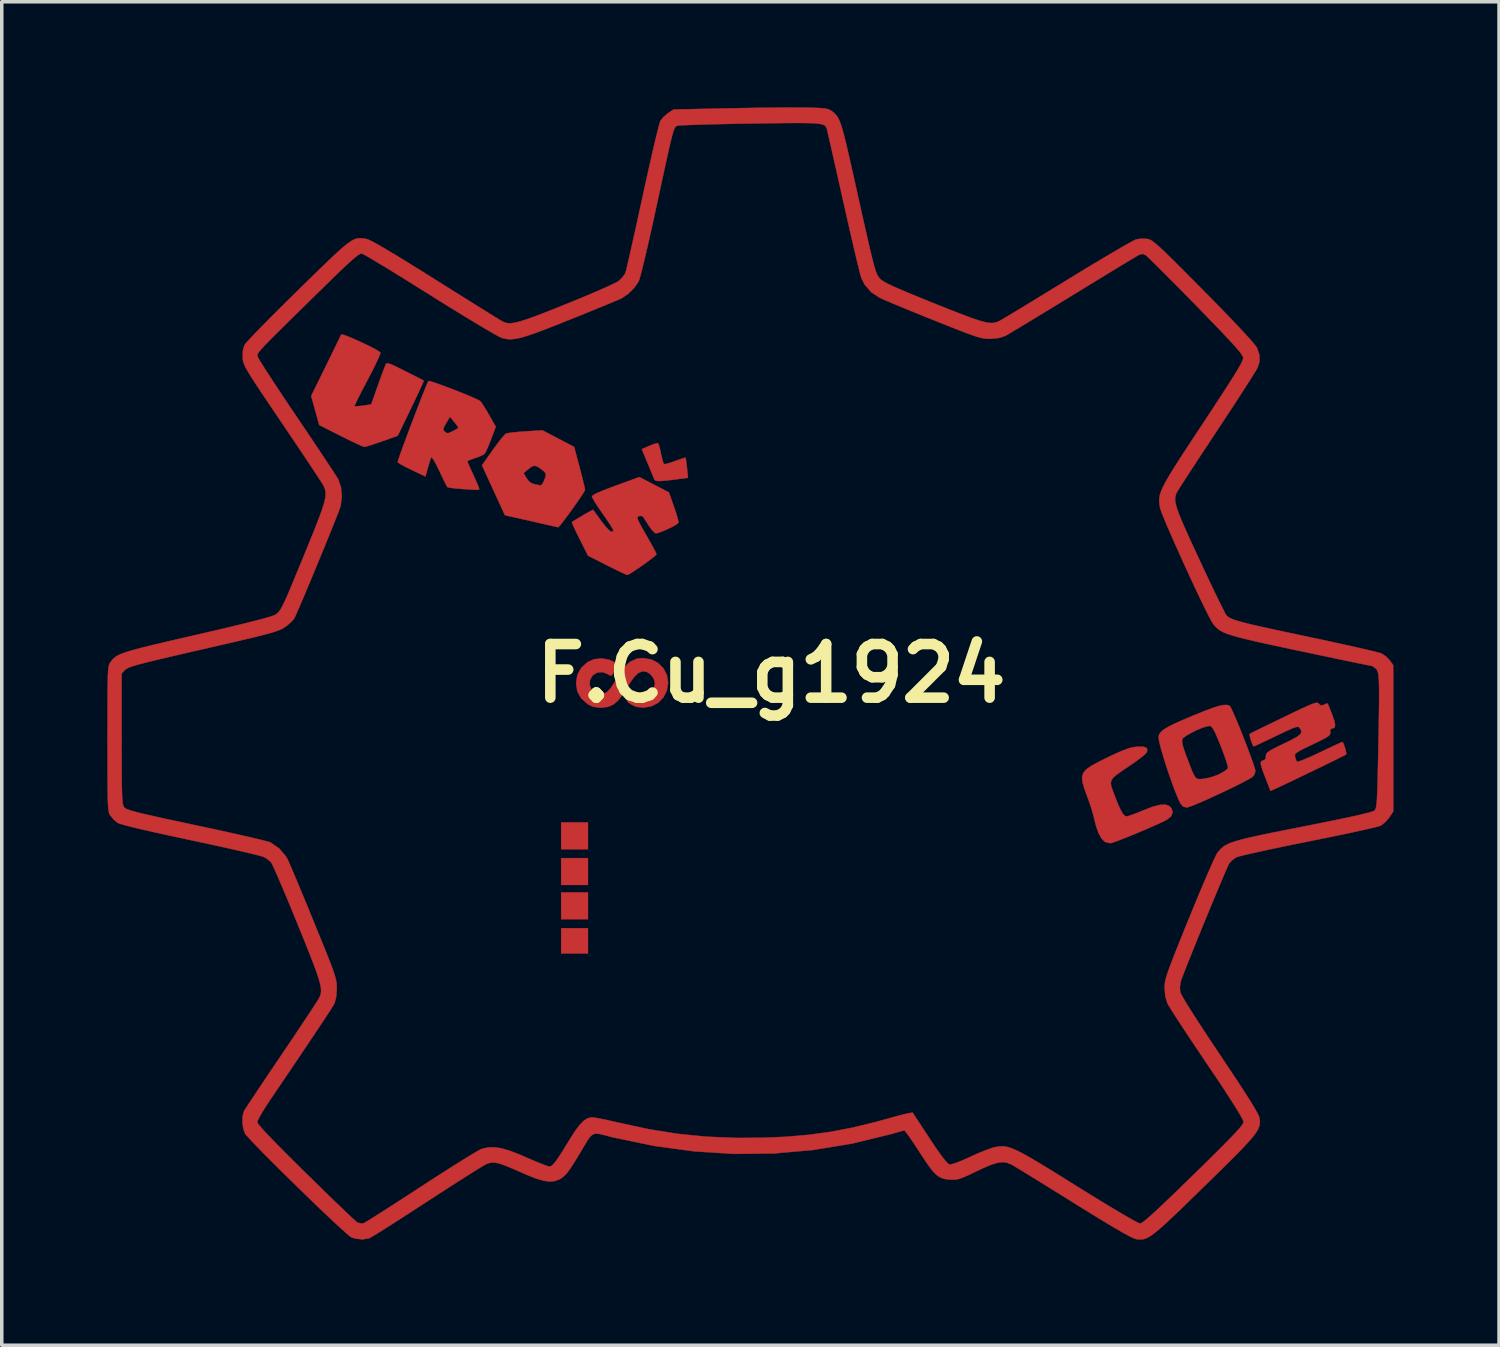
<source format=kicad_pcb>
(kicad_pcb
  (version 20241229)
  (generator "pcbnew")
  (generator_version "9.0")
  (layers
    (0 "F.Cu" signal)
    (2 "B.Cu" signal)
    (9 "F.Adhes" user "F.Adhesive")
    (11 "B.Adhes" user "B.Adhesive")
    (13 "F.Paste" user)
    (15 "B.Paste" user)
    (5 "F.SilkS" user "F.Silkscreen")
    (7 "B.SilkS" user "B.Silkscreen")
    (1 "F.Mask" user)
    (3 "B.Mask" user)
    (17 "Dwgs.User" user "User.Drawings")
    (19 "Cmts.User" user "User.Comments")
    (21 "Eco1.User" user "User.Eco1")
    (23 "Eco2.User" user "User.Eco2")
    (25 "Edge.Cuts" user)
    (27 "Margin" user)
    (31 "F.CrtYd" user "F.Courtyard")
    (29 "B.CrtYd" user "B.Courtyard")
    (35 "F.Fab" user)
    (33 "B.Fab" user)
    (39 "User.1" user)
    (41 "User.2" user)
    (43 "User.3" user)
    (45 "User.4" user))
  (footprint "F.Cu_g1924"
    (layer "F.Cu")
    (at 18.864 16.084)
    (property "Reference" "F.Cu_g1924" (at 0 0 0) (layer "F.SilkS") (effects (font (size 1.524 1.524) (thickness 0.3))))
    (attr through_hole)
    (fp_poly (pts (xy -5.207 4.995) (xy -5.969 4.995) (xy -5.969 4.233) (xy -5.207 4.233) (xy -5.207 4.995)) (stroke (width 0.01) (type solid)) (fill yes) (layer "F.Cu"))
    (fp_poly (pts (xy -5.207 6.011) (xy -5.969 6.011) (xy -5.969 5.249) (xy -5.207 5.249) (xy -5.207 6.011)) (stroke (width 0.01) (type solid)) (fill yes) (layer "F.Cu"))
    (fp_poly (pts (xy -5.207 6.985) (xy -5.969 6.985) (xy -5.969 6.223) (xy -5.207 6.223) (xy -5.207 6.985)) (stroke (width 0.01) (type solid)) (fill yes) (layer "F.Cu"))
    (fp_poly (pts (xy -5.207 7.959) (xy -5.969 7.959) (xy -5.969 7.239) (xy -5.207 7.239) (xy -5.207 7.959)) (stroke (width 0.01) (type solid)) (fill yes) (layer "F.Cu"))
    (fp_poly (pts (xy -3.218 -6.541) (xy -3.194 -6.492) (xy -3.163 -6.383) (xy -3.133 -6.244) (xy -3.101 -6.101) (xy -3.071 -5.994) (xy -3.048 -5.948) (xy -2.994 -5.951) (xy -2.885 -5.981) (xy -2.743 -6.029) (xy -2.73 -6.034) (xy -2.589 -6.085) (xy -2.484 -6.119) (xy -2.435 -6.13) (xy -2.434 -6.129) (xy -2.425 -6.084) (xy -2.41 -5.978) (xy -2.394 -5.837) (xy -2.365 -5.557) (xy -2.741 -5.509) (xy -2.968 -5.481) (xy -3.126 -5.467) (xy -3.228 -5.466) (xy -3.288 -5.48) (xy -3.32 -5.51) (xy -3.332 -5.535) (xy -3.36 -5.605) (xy -3.412 -5.732) (xy -3.479 -5.894) (xy -3.519 -5.99) (xy -3.678 -6.371) (xy -3.464 -6.466) (xy -3.341 -6.515) (xy -3.249 -6.541) (xy -3.218 -6.541)) (stroke (width 0.01) (type solid)) (fill yes) (layer "F.Cu"))
    (fp_poly (pts (xy -6.049 -6.67) (xy -5.6 -6.435) (xy -5.445 -5.853) (xy -5.389 -5.639) (xy -5.343 -5.453) (xy -5.309 -5.31) (xy -5.292 -5.227) (xy -5.291 -5.215) (xy -5.314 -5.166) (xy -5.378 -5.066) (xy -5.47 -4.929) (xy -5.581 -4.77) (xy -5.7 -4.604) (xy -5.816 -4.445) (xy -5.92 -4.308) (xy -6.001 -4.206) (xy -6.048 -4.156) (xy -6.054 -4.153) (xy -6.101 -4.163) (xy -6.213 -4.188) (xy -6.37 -4.224) (xy -6.498 -4.253) (xy -6.724 -4.305) (xy -6.963 -4.359) (xy -7.176 -4.407) (xy -7.244 -4.422) (xy -7.566 -4.493) (xy -8.117 -5.691) (xy -7.037 -5.691) (xy -6.948 -5.544) (xy -6.889 -5.461) (xy -6.819 -5.407) (xy -6.714 -5.371) (xy -6.549 -5.34) (xy -6.512 -5.371) (xy -6.465 -5.455) (xy -6.454 -5.481) (xy -6.409 -5.599) (xy -6.404 -5.671) (xy -6.447 -5.731) (xy -6.517 -5.789) (xy -6.638 -5.874) (xy -6.727 -5.902) (xy -6.811 -5.873) (xy -6.895 -5.81) (xy -7.037 -5.691) (xy -8.117 -5.691) (xy -8.219 -5.913) (xy -7.914 -6.344) (xy -7.792 -6.513) (xy -7.681 -6.657) (xy -7.594 -6.761) (xy -7.542 -6.811) (xy -7.541 -6.812) (xy -7.472 -6.829) (xy -7.34 -6.847) (xy -7.162 -6.864) (xy -6.985 -6.877) (xy -6.498 -6.906) (xy -6.049 -6.67)) (stroke (width 0.01) (type solid)) (fill yes) (layer "F.Cu"))
    (fp_poly (pts (xy 10.662 2.112) (xy 10.69 2.177) (xy 10.664 2.252) (xy 10.614 2.305) (xy 10.508 2.391) (xy 10.362 2.5) (xy 10.192 2.618) (xy 10.19 2.619) (xy 9.972 2.766) (xy 9.816 2.877) (xy 9.714 2.965) (xy 9.661 3.045) (xy 9.648 3.131) (xy 9.67 3.235) (xy 9.719 3.372) (xy 9.759 3.476) (xy 9.854 3.716) (xy 9.93 3.885) (xy 9.993 3.992) (xy 10.049 4.049) (xy 10.1 4.064) (xy 10.164 4.048) (xy 10.286 4.005) (xy 10.446 3.943) (xy 10.562 3.895) (xy 10.834 3.79) (xy 11.046 3.735) (xy 11.203 3.729) (xy 11.315 3.771) (xy 11.369 3.828) (xy 11.407 3.949) (xy 11.363 4.06) (xy 11.239 4.159) (xy 11.223 4.168) (xy 11.088 4.233) (xy 10.908 4.315) (xy 10.698 4.407) (xy 10.474 4.503) (xy 10.249 4.596) (xy 10.039 4.681) (xy 9.858 4.752) (xy 9.722 4.801) (xy 9.645 4.824) (xy 9.637 4.825) (xy 9.525 4.803) (xy 9.472 4.78) (xy 9.384 4.69) (xy 9.299 4.534) (xy 9.227 4.33) (xy 9.188 4.17) (xy 9.149 4.012) (xy 9.089 3.812) (xy 9.018 3.603) (xy 8.99 3.529) (xy 8.9 3.285) (xy 8.846 3.096) (xy 8.832 2.949) (xy 8.866 2.83) (xy 8.953 2.725) (xy 9.101 2.622) (xy 9.314 2.507) (xy 9.517 2.406) (xy 9.776 2.283) (xy 9.976 2.195) (xy 10.134 2.136) (xy 10.263 2.101) (xy 10.381 2.084) (xy 10.387 2.084) (xy 10.562 2.082) (xy 10.662 2.112)) (stroke (width 0.01) (type solid)) (fill yes) (layer "F.Cu"))
    (fp_poly (pts (xy -12.18 -9.628) (xy -12.081 -9.595) (xy -11.939 -9.538) (xy -11.771 -9.465) (xy -11.593 -9.383) (xy -11.421 -9.3) (xy -11.272 -9.223) (xy -11.162 -9.16) (xy -11.107 -9.118) (xy -11.105 -9.114) (xy -11.117 -9.062) (xy -11.165 -8.949) (xy -11.241 -8.786) (xy -11.341 -8.585) (xy -11.458 -8.36) (xy -11.47 -8.336) (xy -11.589 -8.112) (xy -11.691 -7.913) (xy -11.771 -7.753) (xy -11.823 -7.643) (xy -11.841 -7.594) (xy -11.841 -7.593) (xy -11.793 -7.589) (xy -11.688 -7.598) (xy -11.596 -7.609) (xy -11.368 -7.642) (xy -11.187 -8.15) (xy -11.115 -8.352) (xy -11.049 -8.532) (xy -10.997 -8.671) (xy -10.966 -8.751) (xy -10.965 -8.753) (xy -10.946 -8.79) (xy -10.921 -8.81) (xy -10.875 -8.807) (xy -10.797 -8.78) (xy -10.674 -8.723) (xy -10.493 -8.634) (xy -10.404 -8.589) (xy -10.214 -8.494) (xy -10.054 -8.413) (xy -9.937 -8.353) (xy -9.877 -8.322) (xy -9.873 -8.319) (xy -9.886 -8.279) (xy -9.932 -8.175) (xy -10.004 -8.018) (xy -10.098 -7.819) (xy -10.208 -7.59) (xy -10.236 -7.53) (xy -10.613 -6.752) (xy -11.06 -6.593) (xy -11.245 -6.53) (xy -11.403 -6.478) (xy -11.517 -6.446) (xy -11.564 -6.437) (xy -11.619 -6.456) (xy -11.736 -6.507) (xy -11.9 -6.584) (xy -12.096 -6.68) (xy -12.232 -6.748) (xy -12.843 -7.057) (xy -12.958 -7.47) (xy -13.072 -7.883) (xy -12.653 -8.736) (xy -12.532 -8.984) (xy -12.422 -9.208) (xy -12.332 -9.395) (xy -12.265 -9.535) (xy -12.227 -9.616) (xy -12.221 -9.63) (xy -12.18 -9.628)) (stroke (width 0.01) (type solid)) (fill yes) (layer "F.Cu"))
    (fp_poly (pts (xy -3.407 -0.396) (xy -3.21 -0.292) (xy -3.059 -0.138) (xy -2.963 0.052) (xy -2.929 0.264) (xy -2.964 0.485) (xy -3.06 0.679) (xy -3.212 0.834) (xy -3.407 0.934) (xy -3.622 0.974) (xy -3.834 0.949) (xy -3.969 0.889) (xy -4.063 0.826) (xy -4.098 0.772) (xy -4.077 0.698) (xy -4.021 0.601) (xy -3.962 0.513) (xy -3.918 0.488) (xy -3.861 0.515) (xy -3.842 0.527) (xy -3.705 0.581) (xy -3.56 0.572) (xy -3.429 0.512) (xy -3.335 0.411) (xy -3.302 0.287) (xy -3.339 0.146) (xy -3.436 0.021) (xy -3.541 -0.045) (xy -3.661 -0.061) (xy -3.779 -0.011) (xy -3.902 0.108) (xy -4.038 0.304) (xy -4.076 0.369) (xy -4.226 0.609) (xy -4.36 0.779) (xy -4.494 0.889) (xy -4.64 0.95) (xy -4.812 0.973) (xy -4.859 0.974) (xy -5.061 0.948) (xy -5.21 0.877) (xy -5.399 0.709) (xy -5.51 0.509) (xy -5.546 0.275) (xy -5.509 0.039) (xy -5.397 -0.161) (xy -5.21 -0.327) (xy -5.03 -0.403) (xy -4.819 -0.425) (xy -4.612 -0.39) (xy -4.497 -0.339) (xy -4.359 -0.254) (xy -4.447 -0.082) (xy -4.503 0.022) (xy -4.544 0.062) (xy -4.593 0.052) (xy -4.637 0.024) (xy -4.792 -0.036) (xy -4.946 -0.024) (xy -5.073 0.056) (xy -5.151 0.19) (xy -5.16 0.332) (xy -5.108 0.46) (xy -5.004 0.554) (xy -4.857 0.593) (xy -4.849 0.593) (xy -4.752 0.577) (xy -4.661 0.525) (xy -4.567 0.424) (xy -4.458 0.265) (xy -4.342 0.066) (xy -4.181 -0.174) (xy -4.008 -0.333) (xy -3.815 -0.418) (xy -3.645 -0.436) (xy -3.407 -0.396)) (stroke (width 0.01) (type solid)) (fill yes) (layer "F.Cu"))
    (fp_poly (pts (xy -3.327 -5.361) (xy -2.908 -5.144) (xy -2.766 -4.741) (xy -2.707 -4.566) (xy -2.662 -4.417) (xy -2.637 -4.315) (xy -2.635 -4.283) (xy -2.676 -4.243) (xy -2.773 -4.185) (xy -2.904 -4.119) (xy -3.045 -4.055) (xy -3.173 -4.006) (xy -3.266 -3.981) (xy -3.281 -3.979) (xy -3.331 -4.012) (xy -3.407 -4.098) (xy -3.478 -4.198) (xy -3.557 -4.32) (xy -3.619 -4.415) (xy -3.646 -4.456) (xy -3.702 -4.477) (xy -3.759 -4.469) (xy -3.791 -4.453) (xy -3.802 -4.424) (xy -3.789 -4.369) (xy -3.746 -4.277) (xy -3.669 -4.135) (xy -3.554 -3.933) (xy -3.553 -3.931) (xy -3.446 -3.744) (xy -3.357 -3.582) (xy -3.293 -3.46) (xy -3.262 -3.392) (xy -3.26 -3.385) (xy -3.292 -3.348) (xy -3.379 -3.277) (xy -3.503 -3.183) (xy -3.647 -3.079) (xy -3.794 -2.977) (xy -3.928 -2.887) (xy -4.032 -2.823) (xy -4.089 -2.796) (xy -4.091 -2.796) (xy -4.14 -2.815) (xy -4.25 -2.866) (xy -4.406 -2.941) (xy -4.594 -3.035) (xy -4.667 -3.072) (xy -5.206 -3.345) (xy -5.442 -3.815) (xy -5.531 -3.994) (xy -5.602 -4.144) (xy -5.649 -4.249) (xy -5.665 -4.296) (xy -5.665 -4.296) (xy -5.612 -4.333) (xy -5.514 -4.393) (xy -5.391 -4.467) (xy -5.264 -4.541) (xy -5.153 -4.603) (xy -5.079 -4.642) (xy -5.06 -4.648) (xy -5.033 -4.611) (xy -4.967 -4.52) (xy -4.876 -4.394) (xy -4.829 -4.329) (xy -4.703 -4.167) (xy -4.601 -4.062) (xy -4.528 -4.018) (xy -4.491 -4.039) (xy -4.487 -4.067) (xy -4.511 -4.117) (xy -4.574 -4.221) (xy -4.668 -4.363) (xy -4.783 -4.529) (xy -4.789 -4.538) (xy -4.906 -4.706) (xy -5.003 -4.854) (xy -5.069 -4.966) (xy -5.096 -5.025) (xy -5.096 -5.025) (xy -5.066 -5.063) (xy -4.968 -5.117) (xy -4.798 -5.191) (xy -4.553 -5.286) (xy -4.424 -5.333) (xy -3.747 -5.579) (xy -3.327 -5.361)) (stroke (width 0.01) (type solid)) (fill yes) (layer "F.Cu"))
    (fp_poly (pts (xy 13.017 0.917) (xy 13.03 0.925) (xy 13.061 0.973) (xy 13.115 1.088) (xy 13.188 1.254) (xy 13.273 1.458) (xy 13.365 1.685) (xy 13.459 1.923) (xy 13.548 2.156) (xy 13.628 2.372) (xy 13.694 2.556) (xy 13.738 2.694) (xy 13.757 2.772) (xy 13.758 2.777) (xy 13.728 2.875) (xy 13.684 2.933) (xy 13.613 2.981) (xy 13.479 3.054) (xy 13.299 3.147) (xy 13.085 3.253) (xy 12.851 3.365) (xy 12.611 3.477) (xy 12.379 3.583) (xy 12.168 3.675) (xy 11.993 3.748) (xy 11.867 3.795) (xy 11.807 3.81) (xy 11.702 3.785) (xy 11.628 3.697) (xy 11.623 3.688) (xy 11.553 3.536) (xy 11.47 3.332) (xy 11.382 3.094) (xy 11.291 2.836) (xy 11.205 2.575) (xy 11.129 2.327) (xy 11.066 2.108) (xy 11.024 1.935) (xy 11.021 1.913) (xy 11.672 1.913) (xy 11.679 1.993) (xy 11.712 2.114) (xy 11.773 2.292) (xy 11.814 2.399) (xy 11.902 2.632) (xy 11.968 2.798) (xy 12.021 2.908) (xy 12.068 2.971) (xy 12.119 3) (xy 12.182 3.005) (xy 12.268 2.997) (xy 12.296 2.994) (xy 12.468 2.959) (xy 12.654 2.897) (xy 12.739 2.859) (xy 12.861 2.79) (xy 12.95 2.726) (xy 12.979 2.693) (xy 12.972 2.635) (xy 12.937 2.515) (xy 12.881 2.348) (xy 12.807 2.15) (xy 12.776 2.07) (xy 12.681 1.836) (xy 12.608 1.672) (xy 12.551 1.567) (xy 12.505 1.509) (xy 12.466 1.491) (xy 12.377 1.503) (xy 12.241 1.548) (xy 12.082 1.615) (xy 11.924 1.693) (xy 11.789 1.771) (xy 11.702 1.838) (xy 11.686 1.859) (xy 11.672 1.913) (xy 11.021 1.913) (xy 11.007 1.822) (xy 11.007 1.816) (xy 11.019 1.744) (xy 11.06 1.675) (xy 11.14 1.604) (xy 11.265 1.526) (xy 11.446 1.434) (xy 11.689 1.325) (xy 12.003 1.192) (xy 12.009 1.19) (xy 12.309 1.069) (xy 12.542 0.981) (xy 12.719 0.925) (xy 12.851 0.898) (xy 12.946 0.896) (xy 13.017 0.917)) (stroke (width 0.01) (type solid)) (fill yes) (layer "F.Cu"))
    (fp_poly (pts (xy -9.695 -8.302) (xy -9.587 -8.269) (xy -9.431 -8.215) (xy -9.242 -8.146) (xy -9.036 -8.067) (xy -8.827 -7.985) (xy -8.631 -7.906) (xy -8.463 -7.834) (xy -8.337 -7.777) (xy -8.27 -7.74) (xy -8.269 -7.739) (xy -8.227 -7.686) (xy -8.156 -7.578) (xy -8.069 -7.434) (xy -8.023 -7.354) (xy -7.827 -7.008) (xy -7.963 -6.647) (xy -8.029 -6.482) (xy -8.089 -6.344) (xy -8.133 -6.256) (xy -8.146 -6.239) (xy -8.21 -6.199) (xy -8.325 -6.15) (xy -8.414 -6.119) (xy -8.536 -6.077) (xy -8.616 -6.043) (xy -8.636 -6.03) (xy -8.619 -5.987) (xy -8.575 -5.884) (xy -8.51 -5.741) (xy -8.467 -5.646) (xy -8.393 -5.484) (xy -8.336 -5.351) (xy -8.303 -5.264) (xy -8.297 -5.243) (xy -8.302 -5.227) (xy -8.325 -5.218) (xy -8.379 -5.215) (xy -8.479 -5.219) (xy -8.636 -5.229) (xy -8.855 -5.246) (xy -9.012 -5.26) (xy -9.134 -5.276) (xy -9.198 -5.291) (xy -9.202 -5.293) (xy -9.228 -5.338) (xy -9.282 -5.444) (xy -9.355 -5.594) (xy -9.433 -5.759) (xy -9.526 -5.947) (xy -9.599 -6.076) (xy -9.648 -6.139) (xy -9.666 -6.138) (xy -9.69 -6.064) (xy -9.728 -5.94) (xy -9.758 -5.835) (xy -9.825 -5.595) (xy -10.214 -5.78) (xy -10.378 -5.86) (xy -10.511 -5.931) (xy -10.594 -5.982) (xy -10.615 -6.001) (xy -10.603 -6.047) (xy -10.566 -6.161) (xy -10.506 -6.328) (xy -10.43 -6.538) (xy -10.341 -6.778) (xy -10.283 -6.933) (xy -9.319 -6.933) (xy -9.301 -6.892) (xy -9.277 -6.871) (xy -9.227 -6.834) (xy -9.19 -6.823) (xy -9.134 -6.842) (xy -9.04 -6.887) (xy -8.945 -6.938) (xy -8.894 -6.976) (xy -8.891 -6.982) (xy -8.917 -7.027) (xy -8.979 -7.11) (xy -9.011 -7.149) (xy -9.129 -7.292) (xy -9.238 -7.108) (xy -9.3 -6.997) (xy -9.319 -6.933) (xy -10.283 -6.933) (xy -10.244 -7.036) (xy -10.144 -7.299) (xy -10.046 -7.555) (xy -9.954 -7.793) (xy -9.872 -7.999) (xy -9.806 -8.162) (xy -9.76 -8.27) (xy -9.74 -8.308) (xy -9.695 -8.302)) (stroke (width 0.01) (type solid)) (fill yes) (layer "F.Cu"))
    (fp_poly (pts (xy 15.539 0.843) (xy 15.56 0.863) (xy 15.616 0.913) (xy 15.688 0.898) (xy 15.706 0.889) (xy 15.779 0.857) (xy 15.808 0.854) (xy 15.828 0.897) (xy 15.87 0.999) (xy 15.925 1.138) (xy 15.934 1.16) (xy 16 1.349) (xy 16.024 1.474) (xy 16.003 1.543) (xy 15.94 1.566) (xy 15.935 1.566) (xy 15.885 1.591) (xy 15.884 1.667) (xy 15.886 1.711) (xy 15.866 1.751) (xy 15.812 1.796) (xy 15.714 1.854) (xy 15.559 1.932) (xy 15.382 2.017) (xy 15.173 2.117) (xy 15.03 2.19) (xy 14.941 2.244) (xy 14.894 2.287) (xy 14.879 2.327) (xy 14.884 2.371) (xy 14.913 2.464) (xy 14.939 2.509) (xy 14.986 2.502) (xy 15.095 2.464) (xy 15.253 2.398) (xy 15.447 2.312) (xy 15.59 2.244) (xy 15.799 2.144) (xy 15.981 2.059) (xy 16.122 1.994) (xy 16.209 1.955) (xy 16.231 1.947) (xy 16.255 1.983) (xy 16.288 2.07) (xy 16.319 2.173) (xy 16.338 2.262) (xy 16.337 2.303) (xy 16.295 2.326) (xy 16.189 2.379) (xy 16.032 2.457) (xy 15.835 2.553) (xy 15.612 2.662) (xy 15.375 2.776) (xy 15.137 2.891) (xy 14.909 3.001) (xy 14.705 3.098) (xy 14.536 3.178) (xy 14.491 3.199) (xy 14.187 3.34) (xy 14.03 2.936) (xy 13.959 2.747) (xy 13.919 2.622) (xy 13.907 2.545) (xy 13.92 2.504) (xy 13.932 2.494) (xy 14.002 2.46) (xy 14.023 2.456) (xy 14.047 2.419) (xy 14.055 2.347) (xy 14.062 2.299) (xy 14.092 2.255) (xy 14.156 2.205) (xy 14.267 2.142) (xy 14.436 2.058) (xy 14.561 1.998) (xy 14.782 1.89) (xy 14.934 1.806) (xy 15.025 1.738) (xy 15.062 1.678) (xy 15.056 1.618) (xy 15.017 1.551) (xy 14.991 1.526) (xy 14.954 1.518) (xy 14.892 1.53) (xy 14.795 1.566) (xy 14.65 1.631) (xy 14.445 1.728) (xy 14.346 1.776) (xy 14.137 1.876) (xy 13.955 1.962) (xy 13.815 2.028) (xy 13.729 2.067) (xy 13.708 2.074) (xy 13.683 2.039) (xy 13.648 1.953) (xy 13.615 1.849) (xy 13.593 1.761) (xy 13.593 1.72) (xy 13.634 1.698) (xy 13.741 1.644) (xy 13.904 1.564) (xy 14.111 1.463) (xy 14.353 1.346) (xy 14.558 1.246) (xy 14.852 1.105) (xy 15.079 0.997) (xy 15.249 0.92) (xy 15.371 0.869) (xy 15.453 0.842) (xy 15.506 0.835) (xy 15.539 0.843)) (stroke (width 0.01) (type solid)) (fill yes) (layer "F.Cu"))
    (fp_poly (pts (xy 0.843 -16.079) (xy 0.981 -16.077) (xy 1.229 -16.071) (xy 1.407 -16.063) (xy 1.531 -16.051) (xy 1.617 -16.032) (xy 1.679 -16.005) (xy 1.72 -15.978) (xy 1.781 -15.929) (xy 1.835 -15.877) (xy 1.883 -15.813) (xy 1.928 -15.729) (xy 1.973 -15.617) (xy 2.02 -15.468) (xy 2.073 -15.275) (xy 2.134 -15.029) (xy 2.205 -14.722) (xy 2.29 -14.345) (xy 2.351 -14.074) (xy 2.471 -13.536) (xy 2.574 -13.074) (xy 2.662 -12.682) (xy 2.737 -12.354) (xy 2.799 -12.084) (xy 2.852 -11.865) (xy 2.895 -11.691) (xy 2.931 -11.557) (xy 2.962 -11.455) (xy 2.989 -11.379) (xy 3.013 -11.324) (xy 3.037 -11.283) (xy 3.061 -11.249) (xy 3.082 -11.224) (xy 3.125 -11.183) (xy 3.191 -11.138) (xy 3.287 -11.084) (xy 3.421 -11.018) (xy 3.601 -10.938) (xy 3.835 -10.838) (xy 4.13 -10.716) (xy 4.494 -10.568) (xy 4.614 -10.52) (xy 5.014 -10.36) (xy 5.344 -10.23) (xy 5.613 -10.128) (xy 5.829 -10.052) (xy 6 -9.999) (xy 6.134 -9.968) (xy 6.241 -9.956) (xy 6.328 -9.96) (xy 6.404 -9.98) (xy 6.477 -10.011) (xy 6.49 -10.017) (xy 6.552 -10.053) (xy 6.679 -10.128) (xy 6.863 -10.238) (xy 7.096 -10.379) (xy 7.371 -10.547) (xy 7.681 -10.735) (xy 8.018 -10.941) (xy 8.374 -11.159) (xy 8.424 -11.19) (xy 8.783 -11.409) (xy 9.123 -11.615) (xy 9.438 -11.803) (xy 9.721 -11.97) (xy 9.962 -12.111) (xy 10.156 -12.222) (xy 10.294 -12.297) (xy 10.368 -12.332) (xy 10.373 -12.334) (xy 10.52 -12.354) (xy 10.676 -12.348) (xy 10.691 -12.346) (xy 10.734 -12.335) (xy 10.783 -12.313) (xy 10.843 -12.274) (xy 10.919 -12.215) (xy 11.018 -12.129) (xy 11.144 -12.012) (xy 11.303 -11.858) (xy 11.501 -11.663) (xy 11.743 -11.421) (xy 12.034 -11.128) (xy 12.291 -10.868) (xy 12.657 -10.496) (xy 12.977 -10.167) (xy 13.248 -9.883) (xy 13.469 -9.646) (xy 13.637 -9.46) (xy 13.749 -9.328) (xy 13.803 -9.251) (xy 13.803 -9.25) (xy 13.873 -9.042) (xy 13.871 -8.848) (xy 13.824 -8.697) (xy 13.788 -8.632) (xy 13.71 -8.505) (xy 13.596 -8.322) (xy 13.449 -8.093) (xy 13.275 -7.824) (xy 13.079 -7.523) (xy 12.866 -7.199) (xy 12.679 -6.916) (xy 12.457 -6.579) (xy 12.246 -6.261) (xy 12.054 -5.968) (xy 11.884 -5.708) (xy 11.743 -5.49) (xy 11.633 -5.321) (xy 11.562 -5.208) (xy 11.535 -5.162) (xy 11.502 -5.093) (xy 11.482 -5.023) (xy 11.475 -4.945) (xy 11.485 -4.851) (xy 11.514 -4.733) (xy 11.565 -4.583) (xy 11.64 -4.393) (xy 11.742 -4.156) (xy 11.873 -3.863) (xy 12.037 -3.508) (xy 12.169 -3.223) (xy 12.325 -2.889) (xy 12.473 -2.576) (xy 12.608 -2.294) (xy 12.725 -2.052) (xy 12.821 -1.859) (xy 12.891 -1.723) (xy 12.931 -1.653) (xy 12.936 -1.648) (xy 12.972 -1.614) (xy 13.02 -1.581) (xy 13.087 -1.549) (xy 13.181 -1.514) (xy 13.308 -1.475) (xy 13.474 -1.431) (xy 13.688 -1.379) (xy 13.955 -1.319) (xy 14.282 -1.247) (xy 14.677 -1.162) (xy 15.146 -1.063) (xy 15.282 -1.034) (xy 15.679 -0.95) (xy 16.054 -0.868) (xy 16.399 -0.792) (xy 16.704 -0.724) (xy 16.96 -0.664) (xy 17.16 -0.616) (xy 17.293 -0.581) (xy 17.347 -0.563) (xy 17.468 -0.481) (xy 17.575 -0.372) (xy 17.58 -0.365) (xy 17.674 -0.233) (xy 17.674 3.922) (xy 17.562 4.092) (xy 17.462 4.212) (xy 17.346 4.307) (xy 17.308 4.329) (xy 17.238 4.351) (xy 17.094 4.387) (xy 16.885 4.435) (xy 16.62 4.494) (xy 16.308 4.561) (xy 15.958 4.634) (xy 15.579 4.711) (xy 15.256 4.776) (xy 14.86 4.856) (xy 14.487 4.933) (xy 14.145 5.005) (xy 13.842 5.071) (xy 13.588 5.128) (xy 13.392 5.174) (xy 13.263 5.208) (xy 13.214 5.225) (xy 13.1 5.305) (xy 13.012 5.399) (xy 12.982 5.46) (xy 12.925 5.589) (xy 12.844 5.776) (xy 12.745 6.011) (xy 12.631 6.282) (xy 12.507 6.581) (xy 12.377 6.895) (xy 12.246 7.216) (xy 12.116 7.533) (xy 11.994 7.835) (xy 11.883 8.112) (xy 11.787 8.354) (xy 11.71 8.55) (xy 11.657 8.69) (xy 11.634 8.758) (xy 11.612 8.906) (xy 11.62 9.048) (xy 11.651 9.121) (xy 11.728 9.259) (xy 11.849 9.458) (xy 12.012 9.716) (xy 12.213 10.027) (xy 12.451 10.389) (xy 12.723 10.796) (xy 12.746 10.831) (xy 13.034 11.262) (xy 13.276 11.627) (xy 13.473 11.931) (xy 13.628 12.176) (xy 13.743 12.366) (xy 13.821 12.505) (xy 13.862 12.596) (xy 13.871 12.626) (xy 13.882 12.707) (xy 13.883 12.783) (xy 13.87 12.859) (xy 13.839 12.942) (xy 13.784 13.036) (xy 13.701 13.149) (xy 13.586 13.284) (xy 13.434 13.45) (xy 13.241 13.65) (xy 13 13.89) (xy 12.709 14.178) (xy 12.363 14.517) (xy 12.305 14.573) (xy 11.954 14.916) (xy 11.658 15.204) (xy 11.409 15.441) (xy 11.204 15.633) (xy 11.035 15.784) (xy 10.896 15.898) (xy 10.783 15.981) (xy 10.688 16.036) (xy 10.607 16.069) (xy 10.532 16.083) (xy 10.459 16.084) (xy 10.381 16.076) (xy 10.373 16.075) (xy 10.302 16.052) (xy 10.178 15.992) (xy 10 15.895) (xy 9.764 15.759) (xy 9.467 15.581) (xy 9.105 15.36) (xy 8.677 15.095) (xy 8.583 15.036) (xy 8.243 14.825) (xy 7.921 14.625) (xy 7.625 14.442) (xy 7.364 14.28) (xy 7.144 14.146) (xy 6.975 14.043) (xy 6.863 13.976) (xy 6.822 13.952) (xy 6.701 13.903) (xy 6.575 13.886) (xy 6.43 13.904) (xy 6.252 13.959) (xy 6.026 14.054) (xy 5.84 14.142) (xy 5.625 14.246) (xy 5.466 14.316) (xy 5.348 14.36) (xy 5.252 14.381) (xy 5.161 14.387) (xy 5.077 14.383) (xy 4.934 14.366) (xy 4.814 14.328) (xy 4.704 14.258) (xy 4.593 14.147) (xy 4.468 13.984) (xy 4.317 13.759) (xy 4.282 13.706) (xy 4.159 13.516) (xy 4.044 13.341) (xy 3.948 13.2) (xy 3.883 13.11) (xy 3.877 13.102) (xy 3.782 12.983) (xy 3.383 13.096) (xy 2.291 13.361) (xy 1.189 13.542) (xy 0.076 13.64) (xy -1.046 13.653) (xy -2.179 13.582) (xy -3.321 13.427) (xy -4.473 13.188) (xy -4.551 13.169) (xy -4.742 13.119) (xy -4.883 13.086) (xy -4.986 13.076) (xy -5.067 13.098) (xy -5.14 13.158) (xy -5.217 13.265) (xy -5.315 13.426) (xy -5.447 13.649) (xy -5.449 13.652) (xy -5.594 13.891) (xy -5.709 14.068) (xy -5.802 14.194) (xy -5.884 14.281) (xy -5.963 14.343) (xy -6.02 14.376) (xy -6.147 14.425) (xy -6.289 14.44) (xy -6.457 14.418) (xy -6.665 14.358) (xy -6.924 14.257) (xy -7.107 14.177) (xy -7.374 14.06) (xy -7.578 13.977) (xy -7.734 13.924) (xy -7.854 13.9) (xy -7.951 13.899) (xy -8.04 13.92) (xy -8.088 13.938) (xy -8.153 13.974) (xy -8.282 14.051) (xy -8.465 14.164) (xy -8.694 14.309) (xy -8.962 14.479) (xy -9.26 14.67) (xy -9.58 14.877) (xy -9.775 15.004) (xy -10.102 15.217) (xy -10.41 15.416) (xy -10.691 15.597) (xy -10.938 15.754) (xy -11.142 15.882) (xy -11.296 15.978) (xy -11.392 16.034) (xy -11.418 16.048) (xy -11.615 16.083) (xy -11.829 16.057) (xy -11.929 16.023) (xy -11.988 15.981) (xy -12.099 15.886) (xy -12.255 15.745) (xy -12.449 15.566) (xy -12.671 15.355) (xy -12.917 15.121) (xy -13.177 14.871) (xy -13.444 14.611) (xy -13.711 14.349) (xy -13.97 14.093) (xy -14.215 13.849) (xy -14.437 13.626) (xy -14.629 13.429) (xy -14.784 13.267) (xy -14.893 13.146) (xy -14.951 13.075) (xy -14.954 13.069) (xy -15.004 12.923) (xy -15.026 12.743) (xy -15.018 12.567) (xy -14.979 12.433) (xy -14.945 12.379) (xy -14.869 12.262) (xy -14.756 12.092) (xy -14.611 11.874) (xy -14.44 11.618) (xy -14.247 11.33) (xy -14.037 11.02) (xy -13.923 10.85) (xy -13.706 10.529) (xy -13.503 10.226) (xy -13.317 9.948) (xy -13.155 9.704) (xy -13.022 9.502) (xy -12.923 9.35) (xy -12.864 9.256) (xy -12.851 9.233) (xy -12.819 9.166) (xy -12.798 9.098) (xy -12.79 9.02) (xy -12.797 8.926) (xy -12.82 8.808) (xy -12.863 8.659) (xy -12.926 8.47) (xy -13.014 8.234) (xy -13.127 7.944) (xy -13.268 7.591) (xy -13.439 7.17) (xy -13.462 7.112) (xy -13.608 6.755) (xy -13.747 6.42) (xy -13.875 6.117) (xy -13.988 5.853) (xy -14.082 5.637) (xy -14.154 5.478) (xy -14.201 5.384) (xy -14.213 5.365) (xy -14.305 5.286) (xy -14.414 5.217) (xy -14.481 5.195) (xy -14.621 5.158) (xy -14.827 5.108) (xy -15.09 5.046) (xy -15.4 4.976) (xy -15.75 4.898) (xy -16.129 4.816) (xy -16.51 4.734) (xy -17.048 4.619) (xy -17.507 4.518) (xy -17.886 4.432) (xy -18.184 4.361) (xy -18.4 4.304) (xy -18.535 4.263) (xy -18.582 4.241) (xy -18.683 4.15) (xy -18.772 4.048) (xy -18.792 4.019) (xy -18.809 3.986) (xy -18.822 3.94) (xy -18.833 3.876) (xy -18.842 3.784) (xy -18.848 3.659) (xy -18.853 3.492) (xy -18.856 3.276) (xy -18.858 3.003) (xy -18.859 2.667) (xy -18.859 2.26) (xy -18.86 1.863) (xy -18.859 1.391) (xy -18.859 0.996) (xy -18.858 0.672) (xy -18.856 0.41) (xy -18.852 0.202) (xy -18.848 0.043) (xy -18.845 0.005) (xy -18.457 0.005) (xy -18.457 1.86) (xy -18.457 2.308) (xy -18.456 2.678) (xy -18.455 2.979) (xy -18.452 3.219) (xy -18.447 3.405) (xy -18.441 3.544) (xy -18.433 3.645) (xy -18.422 3.716) (xy -18.408 3.763) (xy -18.392 3.795) (xy -18.383 3.808) (xy -18.356 3.832) (xy -18.307 3.857) (xy -18.231 3.885) (xy -18.12 3.919) (xy -17.967 3.959) (xy -17.766 4.007) (xy -17.509 4.065) (xy -17.19 4.136) (xy -16.802 4.219) (xy -16.338 4.318) (xy -16.329 4.32) (xy -15.927 4.406) (xy -15.548 4.489) (xy -15.2 4.566) (xy -14.891 4.636) (xy -14.631 4.697) (xy -14.428 4.746) (xy -14.29 4.782) (xy -14.228 4.803) (xy -13.981 4.974) (xy -13.791 5.197) (xy -13.74 5.287) (xy -13.703 5.368) (xy -13.638 5.519) (xy -13.549 5.729) (xy -13.44 5.988) (xy -13.315 6.287) (xy -13.179 6.616) (xy -13.036 6.966) (xy -12.993 7.07) (xy -12.832 7.466) (xy -12.699 7.792) (xy -12.593 8.057) (xy -12.511 8.269) (xy -12.449 8.436) (xy -12.405 8.568) (xy -12.375 8.673) (xy -12.357 8.759) (xy -12.348 8.834) (xy -12.345 8.908) (xy -12.345 8.954) (xy -12.36 9.191) (xy -12.407 9.365) (xy -12.423 9.398) (xy -12.454 9.451) (xy -12.507 9.537) (xy -12.587 9.661) (xy -12.696 9.827) (xy -12.836 10.037) (xy -13.009 10.297) (xy -13.219 10.609) (xy -13.467 10.978) (xy -13.757 11.408) (xy -14.091 11.902) (xy -14.253 12.141) (xy -14.378 12.331) (xy -14.483 12.502) (xy -14.56 12.64) (xy -14.601 12.73) (xy -14.605 12.75) (xy -14.578 12.8) (xy -14.496 12.901) (xy -14.359 13.053) (xy -14.164 13.257) (xy -13.911 13.515) (xy -13.598 13.828) (xy -13.225 14.197) (xy -13.224 14.198) (xy -12.938 14.478) (xy -12.669 14.741) (xy -12.422 14.981) (xy -12.204 15.19) (xy -12.022 15.364) (xy -11.881 15.495) (xy -11.789 15.578) (xy -11.755 15.606) (xy -11.633 15.632) (xy -11.576 15.62) (xy -11.522 15.59) (xy -11.405 15.519) (xy -11.233 15.411) (xy -11.014 15.271) (xy -10.754 15.105) (xy -10.463 14.917) (xy -10.147 14.712) (xy -9.944 14.58) (xy -9.614 14.365) (xy -9.3 14.164) (xy -9.011 13.981) (xy -8.755 13.82) (xy -8.54 13.688) (xy -8.375 13.589) (xy -8.267 13.529) (xy -8.234 13.514) (xy -8.061 13.47) (xy -7.878 13.462) (xy -7.672 13.492) (xy -7.429 13.563) (xy -7.135 13.677) (xy -6.969 13.75) (xy -6.758 13.841) (xy -6.57 13.919) (xy -6.421 13.977) (xy -6.326 14.008) (xy -6.304 14.012) (xy -6.257 14) (xy -6.201 13.957) (xy -6.131 13.876) (xy -6.04 13.747) (xy -5.922 13.562) (xy -5.769 13.312) (xy -5.757 13.293) (xy -5.594 13.033) (xy -5.455 12.844) (xy -5.335 12.717) (xy -5.224 12.643) (xy -5.116 12.616) (xy -5.095 12.615) (xy -5.007 12.625) (xy -4.856 12.652) (xy -4.66 12.692) (xy -4.438 12.742) (xy -4.355 12.762) (xy -3.491 12.949) (xy -2.663 13.082) (xy -1.84 13.164) (xy -0.996 13.199) (xy -0.285 13.195) (xy 0.422 13.166) (xy 1.074 13.11) (xy 1.698 13.024) (xy 2.321 12.904) (xy 2.969 12.746) (xy 3.365 12.636) (xy 3.583 12.575) (xy 3.772 12.527) (xy 3.917 12.495) (xy 4.003 12.482) (xy 4.021 12.485) (xy 4.05 12.529) (xy 4.118 12.633) (xy 4.217 12.784) (xy 4.341 12.973) (xy 4.482 13.188) (xy 4.505 13.224) (xy 4.693 13.504) (xy 4.845 13.718) (xy 4.961 13.865) (xy 5.038 13.942) (xy 5.058 13.952) (xy 5.14 13.943) (xy 5.289 13.895) (xy 5.496 13.809) (xy 5.654 13.737) (xy 5.863 13.642) (xy 6.065 13.559) (xy 6.238 13.496) (xy 6.358 13.461) (xy 6.362 13.46) (xy 6.456 13.444) (xy 6.545 13.437) (xy 6.635 13.441) (xy 6.733 13.461) (xy 6.848 13.499) (xy 6.984 13.559) (xy 7.15 13.643) (xy 7.353 13.757) (xy 7.599 13.902) (xy 7.896 14.082) (xy 8.249 14.301) (xy 8.667 14.562) (xy 8.683 14.572) (xy 9.049 14.799) (xy 9.388 15.007) (xy 9.693 15.191) (xy 9.958 15.349) (xy 10.176 15.475) (xy 10.341 15.567) (xy 10.446 15.62) (xy 10.481 15.632) (xy 10.523 15.615) (xy 10.597 15.563) (xy 10.708 15.471) (xy 10.858 15.338) (xy 11.052 15.158) (xy 11.293 14.929) (xy 11.586 14.647) (xy 11.933 14.309) (xy 12 14.244) (xy 12.341 13.91) (xy 12.625 13.629) (xy 12.857 13.397) (xy 13.042 13.209) (xy 13.184 13.06) (xy 13.289 12.945) (xy 13.359 12.859) (xy 13.401 12.798) (xy 13.418 12.755) (xy 13.42 12.744) (xy 13.398 12.68) (xy 13.332 12.556) (xy 13.221 12.371) (xy 13.064 12.123) (xy 12.86 11.809) (xy 12.608 11.43) (xy 12.378 11.089) (xy 12.157 10.76) (xy 11.948 10.448) (xy 11.757 10.159) (xy 11.589 9.904) (xy 11.449 9.689) (xy 11.344 9.522) (xy 11.277 9.413) (xy 11.257 9.377) (xy 11.197 9.175) (xy 11.177 8.939) (xy 11.178 8.87) (xy 11.185 8.799) (xy 11.2 8.718) (xy 11.226 8.62) (xy 11.266 8.496) (xy 11.322 8.339) (xy 11.398 8.139) (xy 11.495 7.891) (xy 11.618 7.584) (xy 11.768 7.212) (xy 11.872 6.956) (xy 12.022 6.591) (xy 12.165 6.246) (xy 12.299 5.93) (xy 12.419 5.651) (xy 12.521 5.419) (xy 12.602 5.243) (xy 12.658 5.131) (xy 12.678 5.099) (xy 12.734 5.029) (xy 12.792 4.968) (xy 12.859 4.914) (xy 12.943 4.864) (xy 13.05 4.816) (xy 13.19 4.769) (xy 13.368 4.719) (xy 13.592 4.664) (xy 13.87 4.603) (xy 14.208 4.532) (xy 14.615 4.451) (xy 15.097 4.355) (xy 15.117 4.351) (xy 15.628 4.25) (xy 16.058 4.162) (xy 16.412 4.088) (xy 16.693 4.026) (xy 16.903 3.975) (xy 17.047 3.936) (xy 17.127 3.906) (xy 17.145 3.895) (xy 17.165 3.867) (xy 17.181 3.82) (xy 17.195 3.747) (xy 17.206 3.638) (xy 17.215 3.483) (xy 17.224 3.276) (xy 17.231 3.006) (xy 17.239 2.664) (xy 17.244 2.452) (xy 17.254 1.93) (xy 17.263 1.486) (xy 17.268 1.113) (xy 17.272 0.806) (xy 17.273 0.556) (xy 17.271 0.358) (xy 17.266 0.204) (xy 17.258 0.089) (xy 17.246 0.005) (xy 17.232 -0.053) (xy 17.214 -0.094) (xy 17.192 -0.123) (xy 17.187 -0.127) (xy 17.114 -0.189) (xy 17.067 -0.212) (xy 17.02 -0.22) (xy 16.898 -0.245) (xy 16.71 -0.283) (xy 16.463 -0.334) (xy 16.166 -0.396) (xy 15.827 -0.467) (xy 15.454 -0.546) (xy 15.055 -0.63) (xy 15.026 -0.636) (xy 14.536 -0.74) (xy 14.122 -0.83) (xy 13.776 -0.906) (xy 13.492 -0.973) (xy 13.262 -1.031) (xy 13.078 -1.084) (xy 12.934 -1.133) (xy 12.823 -1.181) (xy 12.737 -1.23) (xy 12.669 -1.282) (xy 12.612 -1.34) (xy 12.559 -1.405) (xy 12.553 -1.413) (xy 12.503 -1.494) (xy 12.425 -1.642) (xy 12.323 -1.845) (xy 12.203 -2.093) (xy 12.069 -2.375) (xy 11.926 -2.681) (xy 11.779 -3) (xy 11.633 -3.32) (xy 11.493 -3.632) (xy 11.364 -3.925) (xy 11.25 -4.187) (xy 11.157 -4.409) (xy 11.09 -4.579) (xy 11.052 -4.687) (xy 11.048 -4.705) (xy 11.032 -4.8) (xy 11.023 -4.887) (xy 11.025 -4.975) (xy 11.042 -5.069) (xy 11.077 -5.176) (xy 11.133 -5.304) (xy 11.214 -5.457) (xy 11.323 -5.645) (xy 11.463 -5.872) (xy 11.638 -6.146) (xy 11.852 -6.473) (xy 12.107 -6.861) (xy 12.262 -7.095) (xy 12.534 -7.508) (xy 12.762 -7.857) (xy 12.95 -8.146) (xy 13.1 -8.382) (xy 13.217 -8.57) (xy 13.303 -8.716) (xy 13.361 -8.825) (xy 13.396 -8.903) (xy 13.411 -8.955) (xy 13.412 -8.975) (xy 13.395 -9.019) (xy 13.351 -9.086) (xy 13.274 -9.183) (xy 13.16 -9.314) (xy 13.005 -9.483) (xy 12.806 -9.695) (xy 12.556 -9.955) (xy 12.253 -10.267) (xy 12.068 -10.458) (xy 11.79 -10.741) (xy 11.527 -11.008) (xy 11.286 -11.251) (xy 11.074 -11.463) (xy 10.897 -11.639) (xy 10.761 -11.772) (xy 10.672 -11.856) (xy 10.642 -11.882) (xy 10.55 -11.921) (xy 10.46 -11.899) (xy 10.449 -11.893) (xy 10.394 -11.861) (xy 10.274 -11.789) (xy 10.097 -11.682) (xy 9.87 -11.545) (xy 9.601 -11.381) (xy 9.296 -11.195) (xy 8.963 -10.992) (xy 8.611 -10.776) (xy 8.572 -10.753) (xy 8.216 -10.535) (xy 7.877 -10.328) (xy 7.564 -10.138) (xy 7.284 -9.968) (xy 7.045 -9.824) (xy 6.854 -9.709) (xy 6.72 -9.63) (xy 6.649 -9.589) (xy 6.646 -9.588) (xy 6.469 -9.53) (xy 6.231 -9.507) (xy 6.223 -9.507) (xy 6.143 -9.508) (xy 6.065 -9.515) (xy 5.978 -9.53) (xy 5.872 -9.558) (xy 5.739 -9.601) (xy 5.568 -9.662) (xy 5.351 -9.745) (xy 5.076 -9.853) (xy 4.735 -9.989) (xy 4.636 -10.029) (xy 4.309 -10.16) (xy 3.998 -10.287) (xy 3.713 -10.404) (xy 3.465 -10.507) (xy 3.267 -10.591) (xy 3.129 -10.652) (xy 3.082 -10.674) (xy 2.838 -10.835) (xy 2.657 -11.046) (xy 2.564 -11.225) (xy 2.543 -11.296) (xy 2.505 -11.441) (xy 2.453 -11.651) (xy 2.389 -11.917) (xy 2.316 -12.231) (xy 2.234 -12.584) (xy 2.147 -12.967) (xy 2.056 -13.371) (xy 2.053 -13.382) (xy 1.964 -13.783) (xy 1.879 -14.161) (xy 1.801 -14.507) (xy 1.732 -14.812) (xy 1.674 -15.069) (xy 1.628 -15.268) (xy 1.597 -15.402) (xy 1.583 -15.462) (xy 1.583 -15.463) (xy 1.568 -15.507) (xy 1.547 -15.543) (xy 1.513 -15.573) (xy 1.46 -15.597) (xy 1.379 -15.614) (xy 1.264 -15.627) (xy 1.108 -15.635) (xy 0.904 -15.639) (xy 0.644 -15.64) (xy 0.322 -15.637) (xy -0.07 -15.632) (xy -0.538 -15.625) (xy -0.614 -15.624) (xy -1.018 -15.617) (xy -1.398 -15.609) (xy -1.745 -15.601) (xy -2.05 -15.592) (xy -2.304 -15.584) (xy -2.499 -15.575) (xy -2.626 -15.568) (xy -2.676 -15.561) (xy -2.698 -15.549) (xy -2.719 -15.532) (xy -2.74 -15.501) (xy -2.762 -15.451) (xy -2.788 -15.375) (xy -2.818 -15.267) (xy -2.855 -15.119) (xy -2.901 -14.925) (xy -2.956 -14.679) (xy -3.023 -14.374) (xy -3.104 -14.003) (xy -3.199 -13.559) (xy -3.261 -13.275) (xy -3.348 -12.872) (xy -3.433 -12.49) (xy -3.513 -12.138) (xy -3.586 -11.825) (xy -3.65 -11.559) (xy -3.703 -11.35) (xy -3.743 -11.206) (xy -3.767 -11.137) (xy -3.892 -10.955) (xy -4.065 -10.784) (xy -4.251 -10.658) (xy -4.255 -10.656) (xy -4.324 -10.625) (xy -4.462 -10.567) (xy -4.657 -10.486) (xy -4.901 -10.386) (xy -5.182 -10.271) (xy -5.491 -10.146) (xy -5.716 -10.056) (xy -6.117 -9.895) (xy -6.45 -9.766) (xy -6.723 -9.664) (xy -6.944 -9.589) (xy -7.123 -9.537) (xy -7.269 -9.506) (xy -7.39 -9.494) (xy -7.496 -9.499) (xy -7.595 -9.517) (xy -7.662 -9.536) (xy -7.735 -9.57) (xy -7.871 -9.645) (xy -8.064 -9.756) (xy -8.305 -9.899) (xy -8.587 -10.069) (xy -8.903 -10.261) (xy -9.244 -10.472) (xy -9.604 -10.696) (xy -9.694 -10.753) (xy -10.054 -10.978) (xy -10.393 -11.19) (xy -10.706 -11.383) (xy -10.986 -11.554) (xy -11.224 -11.698) (xy -11.415 -11.811) (xy -11.55 -11.889) (xy -11.623 -11.927) (xy -11.632 -11.93) (xy -11.667 -11.925) (xy -11.721 -11.898) (xy -11.798 -11.842) (xy -11.904 -11.753) (xy -12.045 -11.625) (xy -12.227 -11.453) (xy -12.456 -11.232) (xy -12.737 -10.957) (xy -12.796 -10.9) (xy -13.173 -10.53) (xy -13.494 -10.215) (xy -13.763 -9.95) (xy -13.985 -9.73) (xy -14.165 -9.551) (xy -14.306 -9.408) (xy -14.414 -9.296) (xy -14.492 -9.211) (xy -14.546 -9.147) (xy -14.579 -9.102) (xy -14.596 -9.068) (xy -14.601 -9.043) (xy -14.599 -9.021) (xy -14.597 -9.006) (xy -14.57 -8.952) (xy -14.5 -8.835) (xy -14.392 -8.664) (xy -14.25 -8.444) (xy -14.08 -8.185) (xy -13.887 -7.892) (xy -13.674 -7.574) (xy -13.476 -7.28) (xy -13.249 -6.944) (xy -13.034 -6.625) (xy -12.838 -6.331) (xy -12.664 -6.069) (xy -12.518 -5.849) (xy -12.405 -5.676) (xy -12.33 -5.559) (xy -12.3 -5.509) (xy -12.224 -5.284) (xy -12.201 -5.027) (xy -12.233 -4.774) (xy -12.251 -4.713) (xy -12.289 -4.607) (xy -12.354 -4.44) (xy -12.44 -4.223) (xy -12.544 -3.965) (xy -12.66 -3.679) (xy -12.785 -3.374) (xy -12.914 -3.061) (xy -13.043 -2.751) (xy -13.167 -2.455) (xy -13.281 -2.183) (xy -13.382 -1.946) (xy -13.465 -1.755) (xy -13.526 -1.62) (xy -13.56 -1.552) (xy -13.561 -1.55) (xy -13.636 -1.465) (xy -13.751 -1.365) (xy -13.825 -1.31) (xy -13.875 -1.279) (xy -13.936 -1.248) (xy -14.015 -1.216) (xy -14.119 -1.181) (xy -14.254 -1.141) (xy -14.43 -1.094) (xy -14.652 -1.038) (xy -14.927 -0.972) (xy -15.264 -0.893) (xy -15.669 -0.799) (xy -16.143 -0.69) (xy -16.623 -0.58) (xy -17.027 -0.486) (xy -17.361 -0.407) (xy -17.634 -0.342) (xy -17.851 -0.287) (xy -18.019 -0.242) (xy -18.145 -0.204) (xy -18.237 -0.172) (xy -18.299 -0.144) (xy -18.341 -0.119) (xy -18.362 -0.099) (xy -18.457 0.005) (xy -18.845 0.005) (xy -18.841 -0.076) (xy -18.832 -0.163) (xy -18.82 -0.224) (xy -18.806 -0.267) (xy -18.789 -0.299) (xy -18.771 -0.325) (xy -18.727 -0.381) (xy -18.679 -0.431) (xy -18.621 -0.477) (xy -18.545 -0.521) (xy -18.444 -0.565) (xy -18.311 -0.611) (xy -18.14 -0.663) (xy -17.922 -0.721) (xy -17.652 -0.788) (xy -17.322 -0.867) (xy -16.925 -0.96) (xy -16.453 -1.068) (xy -16.339 -1.094) (xy -15.835 -1.211) (xy -15.386 -1.317) (xy -14.997 -1.411) (xy -14.673 -1.493) (xy -14.416 -1.56) (xy -14.233 -1.613) (xy -14.126 -1.65) (xy -14.106 -1.659) (xy -14.062 -1.688) (xy -14.022 -1.719) (xy -13.983 -1.762) (xy -13.941 -1.822) (xy -13.893 -1.908) (xy -13.835 -2.026) (xy -13.763 -2.184) (xy -13.675 -2.39) (xy -13.566 -2.651) (xy -13.432 -2.974) (xy -13.271 -3.366) (xy -13.233 -3.458) (xy -13.07 -3.858) (xy -12.938 -4.188) (xy -12.834 -4.456) (xy -12.757 -4.672) (xy -12.704 -4.844) (xy -12.672 -4.979) (xy -12.66 -5.087) (xy -12.666 -5.176) (xy -12.686 -5.254) (xy -12.719 -5.33) (xy -12.726 -5.343) (xy -12.763 -5.404) (xy -12.843 -5.528) (xy -12.96 -5.707) (xy -13.109 -5.932) (xy -13.286 -6.198) (xy -13.485 -6.495) (xy -13.702 -6.816) (xy -13.899 -7.108) (xy -14.156 -7.489) (xy -14.371 -7.808) (xy -14.546 -8.069) (xy -14.685 -8.282) (xy -14.794 -8.451) (xy -14.875 -8.584) (xy -14.933 -8.688) (xy -14.972 -8.77) (xy -14.996 -8.836) (xy -15.01 -8.893) (xy -15.016 -8.948) (xy -15.018 -8.974) (xy -15.015 -9.165) (xy -14.974 -9.311) (xy -14.957 -9.344) (xy -14.912 -9.401) (xy -14.812 -9.51) (xy -14.664 -9.665) (xy -14.475 -9.86) (xy -14.25 -10.088) (xy -13.995 -10.343) (xy -13.718 -10.618) (xy -13.434 -10.897) (xy -13.091 -11.234) (xy -12.801 -11.516) (xy -12.561 -11.748) (xy -12.362 -11.935) (xy -12.2 -12.081) (xy -12.067 -12.192) (xy -11.959 -12.27) (xy -11.868 -12.323) (xy -11.789 -12.353) (xy -11.716 -12.365) (xy -11.643 -12.365) (xy -11.563 -12.356) (xy -11.519 -12.35) (xy -11.453 -12.329) (xy -11.342 -12.276) (xy -11.181 -12.188) (xy -10.967 -12.065) (xy -10.696 -11.903) (xy -10.365 -11.7) (xy -9.969 -11.455) (xy -9.542 -11.187) (xy -9.185 -10.963) (xy -8.848 -10.752) (xy -8.538 -10.558) (xy -8.261 -10.385) (xy -8.026 -10.238) (xy -7.839 -10.123) (xy -7.708 -10.042) (xy -7.639 -10.001) (xy -7.633 -9.997) (xy -7.563 -9.967) (xy -7.486 -9.95) (xy -7.393 -9.949) (xy -7.277 -9.966) (xy -7.128 -10.004) (xy -6.94 -10.064) (xy -6.702 -10.149) (xy -6.408 -10.262) (xy -6.049 -10.405) (xy -5.824 -10.495) (xy -5.499 -10.627) (xy -5.194 -10.755) (xy -4.918 -10.873) (xy -4.683 -10.977) (xy -4.499 -11.063) (xy -4.375 -11.125) (xy -4.33 -11.154) (xy -4.228 -11.253) (xy -4.154 -11.357) (xy -4.143 -11.381) (xy -4.125 -11.444) (xy -4.092 -11.581) (xy -4.045 -11.784) (xy -3.986 -12.044) (xy -3.917 -12.354) (xy -3.839 -12.704) (xy -3.756 -13.086) (xy -3.667 -13.491) (xy -3.656 -13.544) (xy -3.567 -13.952) (xy -3.481 -14.338) (xy -3.401 -14.692) (xy -3.328 -15.007) (xy -3.264 -15.274) (xy -3.212 -15.484) (xy -3.173 -15.63) (xy -3.149 -15.702) (xy -3.147 -15.705) (xy -3.07 -15.801) (xy -2.959 -15.899) (xy -2.931 -15.919) (xy -2.779 -16.023) (xy -1.21 -16.056) (xy -0.821 -16.063) (xy -0.431 -16.07) (xy -0.054 -16.074) (xy 0.293 -16.078) (xy 0.597 -16.079) (xy 0.843 -16.079)) (stroke (width 0.01) (type solid)) (fill yes) (layer "F.Cu")))
  (gr_rect
    (start -3 -3)
    (end 39.544 35.173)
    (stroke (width 0.1) (type default))
    (fill no)
    (layer "Edge.Cuts")))
</source>
